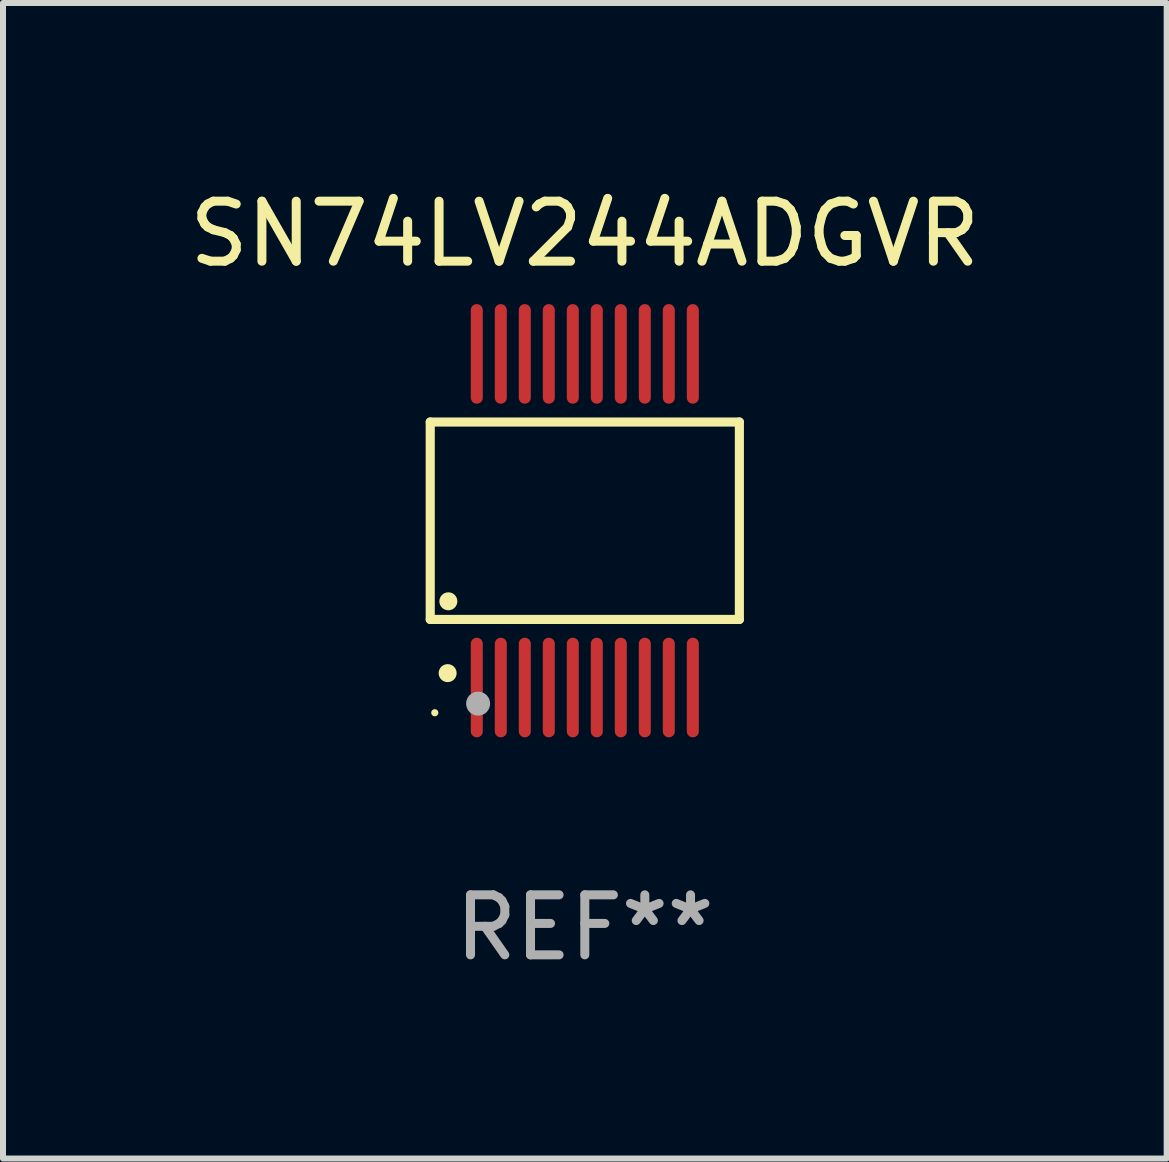
<source format=kicad_pcb>
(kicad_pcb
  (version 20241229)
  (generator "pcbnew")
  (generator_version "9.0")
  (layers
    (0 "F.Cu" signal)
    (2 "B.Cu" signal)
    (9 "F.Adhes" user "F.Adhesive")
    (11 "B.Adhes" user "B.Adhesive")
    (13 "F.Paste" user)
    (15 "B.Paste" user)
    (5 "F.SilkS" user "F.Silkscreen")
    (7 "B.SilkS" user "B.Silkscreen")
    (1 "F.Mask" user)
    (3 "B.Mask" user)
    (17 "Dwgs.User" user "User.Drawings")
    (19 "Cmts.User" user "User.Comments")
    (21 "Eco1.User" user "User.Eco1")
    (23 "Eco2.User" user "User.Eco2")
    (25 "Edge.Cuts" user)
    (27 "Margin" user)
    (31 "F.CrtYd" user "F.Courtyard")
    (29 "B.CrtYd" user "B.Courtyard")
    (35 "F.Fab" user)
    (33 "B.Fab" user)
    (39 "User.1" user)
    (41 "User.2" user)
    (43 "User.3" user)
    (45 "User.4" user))
  (footprint "SN74LV244ADGVR"
    (layer "F.Cu")
    (at 6.696 5.628)
    (property "Reference" "SN74LV244ADGVR" (at 0 -4.78 0) (layer "F.SilkS") (effects (font (size 1 1) (thickness 0.15))))
    (attr through_hole)
    (fp_line (start -2.576 -1.645) (end 2.576 -1.645) (stroke (width 0.152) (type solid)) (layer "F.SilkS"))
    (fp_line (start -2.576 1.645) (end -2.576 -1.645) (stroke (width 0.152) (type solid)) (layer "F.SilkS"))
    (fp_line (start 2.576 -1.645) (end 2.576 1.645) (stroke (width 0.152) (type solid)) (layer "F.SilkS"))
    (fp_line (start 2.576 1.645) (end -2.576 1.645) (stroke (width 0.152) (type solid)) (layer "F.SilkS"))
    (fp_circle (center -2.5 3.2) (end -2.47 3.2) (stroke (width 0.06) (type solid)) (fill no) (layer "F.SilkS"))
    (fp_circle (center -2.286 2.54) (end -2.211 2.54) (stroke (width 0.15) (type solid)) (fill no) (layer "F.SilkS"))
    (fp_circle (center -2.274 1.343) (end -2.199 1.343) (stroke (width 0.15) (type solid)) (fill no) (layer "F.SilkS"))
    (fp_circle (center -1.778 3.048) (end -1.678 3.048) (stroke (width 0.2) (type solid)) (fill no) (layer "F.Fab"))
    (fp_text user "REF**" (at 0 6.78 0) (layer "F.Fab") (effects (font (size 1 1) (thickness 0.15))))
    (pad "1" smd oval (at -1.8 2.78) (size 0.2 1.66) (layers "F.Cu" "F.Mask" "F.Paste"))
    (pad "2" smd oval (at -1.4 2.78) (size 0.2 1.66) (layers "F.Cu" "F.Mask" "F.Paste"))
    (pad "3" smd oval (at -1 2.78) (size 0.2 1.66) (layers "F.Cu" "F.Mask" "F.Paste"))
    (pad "4" smd oval (at -0.6 2.78) (size 0.2 1.66) (layers "F.Cu" "F.Mask" "F.Paste"))
    (pad "5" smd oval (at -0.2 2.78) (size 0.2 1.66) (layers "F.Cu" "F.Mask" "F.Paste"))
    (pad "6" smd oval (at 0.2 2.78) (size 0.2 1.66) (layers "F.Cu" "F.Mask" "F.Paste"))
    (pad "7" smd oval (at 0.6 2.78) (size 0.2 1.66) (layers "F.Cu" "F.Mask" "F.Paste"))
    (pad "8" smd oval (at 1 2.78) (size 0.2 1.66) (layers "F.Cu" "F.Mask" "F.Paste"))
    (pad "9" smd oval (at 1.4 2.78) (size 0.2 1.66) (layers "F.Cu" "F.Mask" "F.Paste"))
    (pad "10" smd oval (at 1.8 2.78) (size 0.2 1.66) (layers "F.Cu" "F.Mask" "F.Paste"))
    (pad "11" smd oval (at 1.8 -2.78) (size 0.2 1.66) (layers "F.Cu" "F.Mask" "F.Paste"))
    (pad "12" smd oval (at 1.4 -2.78) (size 0.2 1.66) (layers "F.Cu" "F.Mask" "F.Paste"))
    (pad "13" smd oval (at 1 -2.78) (size 0.2 1.66) (layers "F.Cu" "F.Mask" "F.Paste"))
    (pad "14" smd oval (at 0.6 -2.78) (size 0.2 1.66) (layers "F.Cu" "F.Mask" "F.Paste"))
    (pad "15" smd oval (at 0.2 -2.78) (size 0.2 1.66) (layers "F.Cu" "F.Mask" "F.Paste"))
    (pad "16" smd oval (at -0.2 -2.78) (size 0.2 1.66) (layers "F.Cu" "F.Mask" "F.Paste"))
    (pad "17" smd oval (at -0.6 -2.78) (size 0.2 1.66) (layers "F.Cu" "F.Mask" "F.Paste"))
    (pad "18" smd oval (at -1 -2.78) (size 0.2 1.66) (layers "F.Cu" "F.Mask" "F.Paste"))
    (pad "19" smd oval (at -1.4 -2.78) (size 0.2 1.66) (layers "F.Cu" "F.Mask" "F.Paste"))
    (pad "20" smd oval (at -1.8 -2.78) (size 0.2 1.66) (layers "F.Cu" "F.Mask" "F.Paste")))
  (gr_rect
    (start -3 -3)
    (end 16.393 16.257)
    (stroke (width 0.1) (type default))
    (fill no)
    (layer "Edge.Cuts")))
</source>
